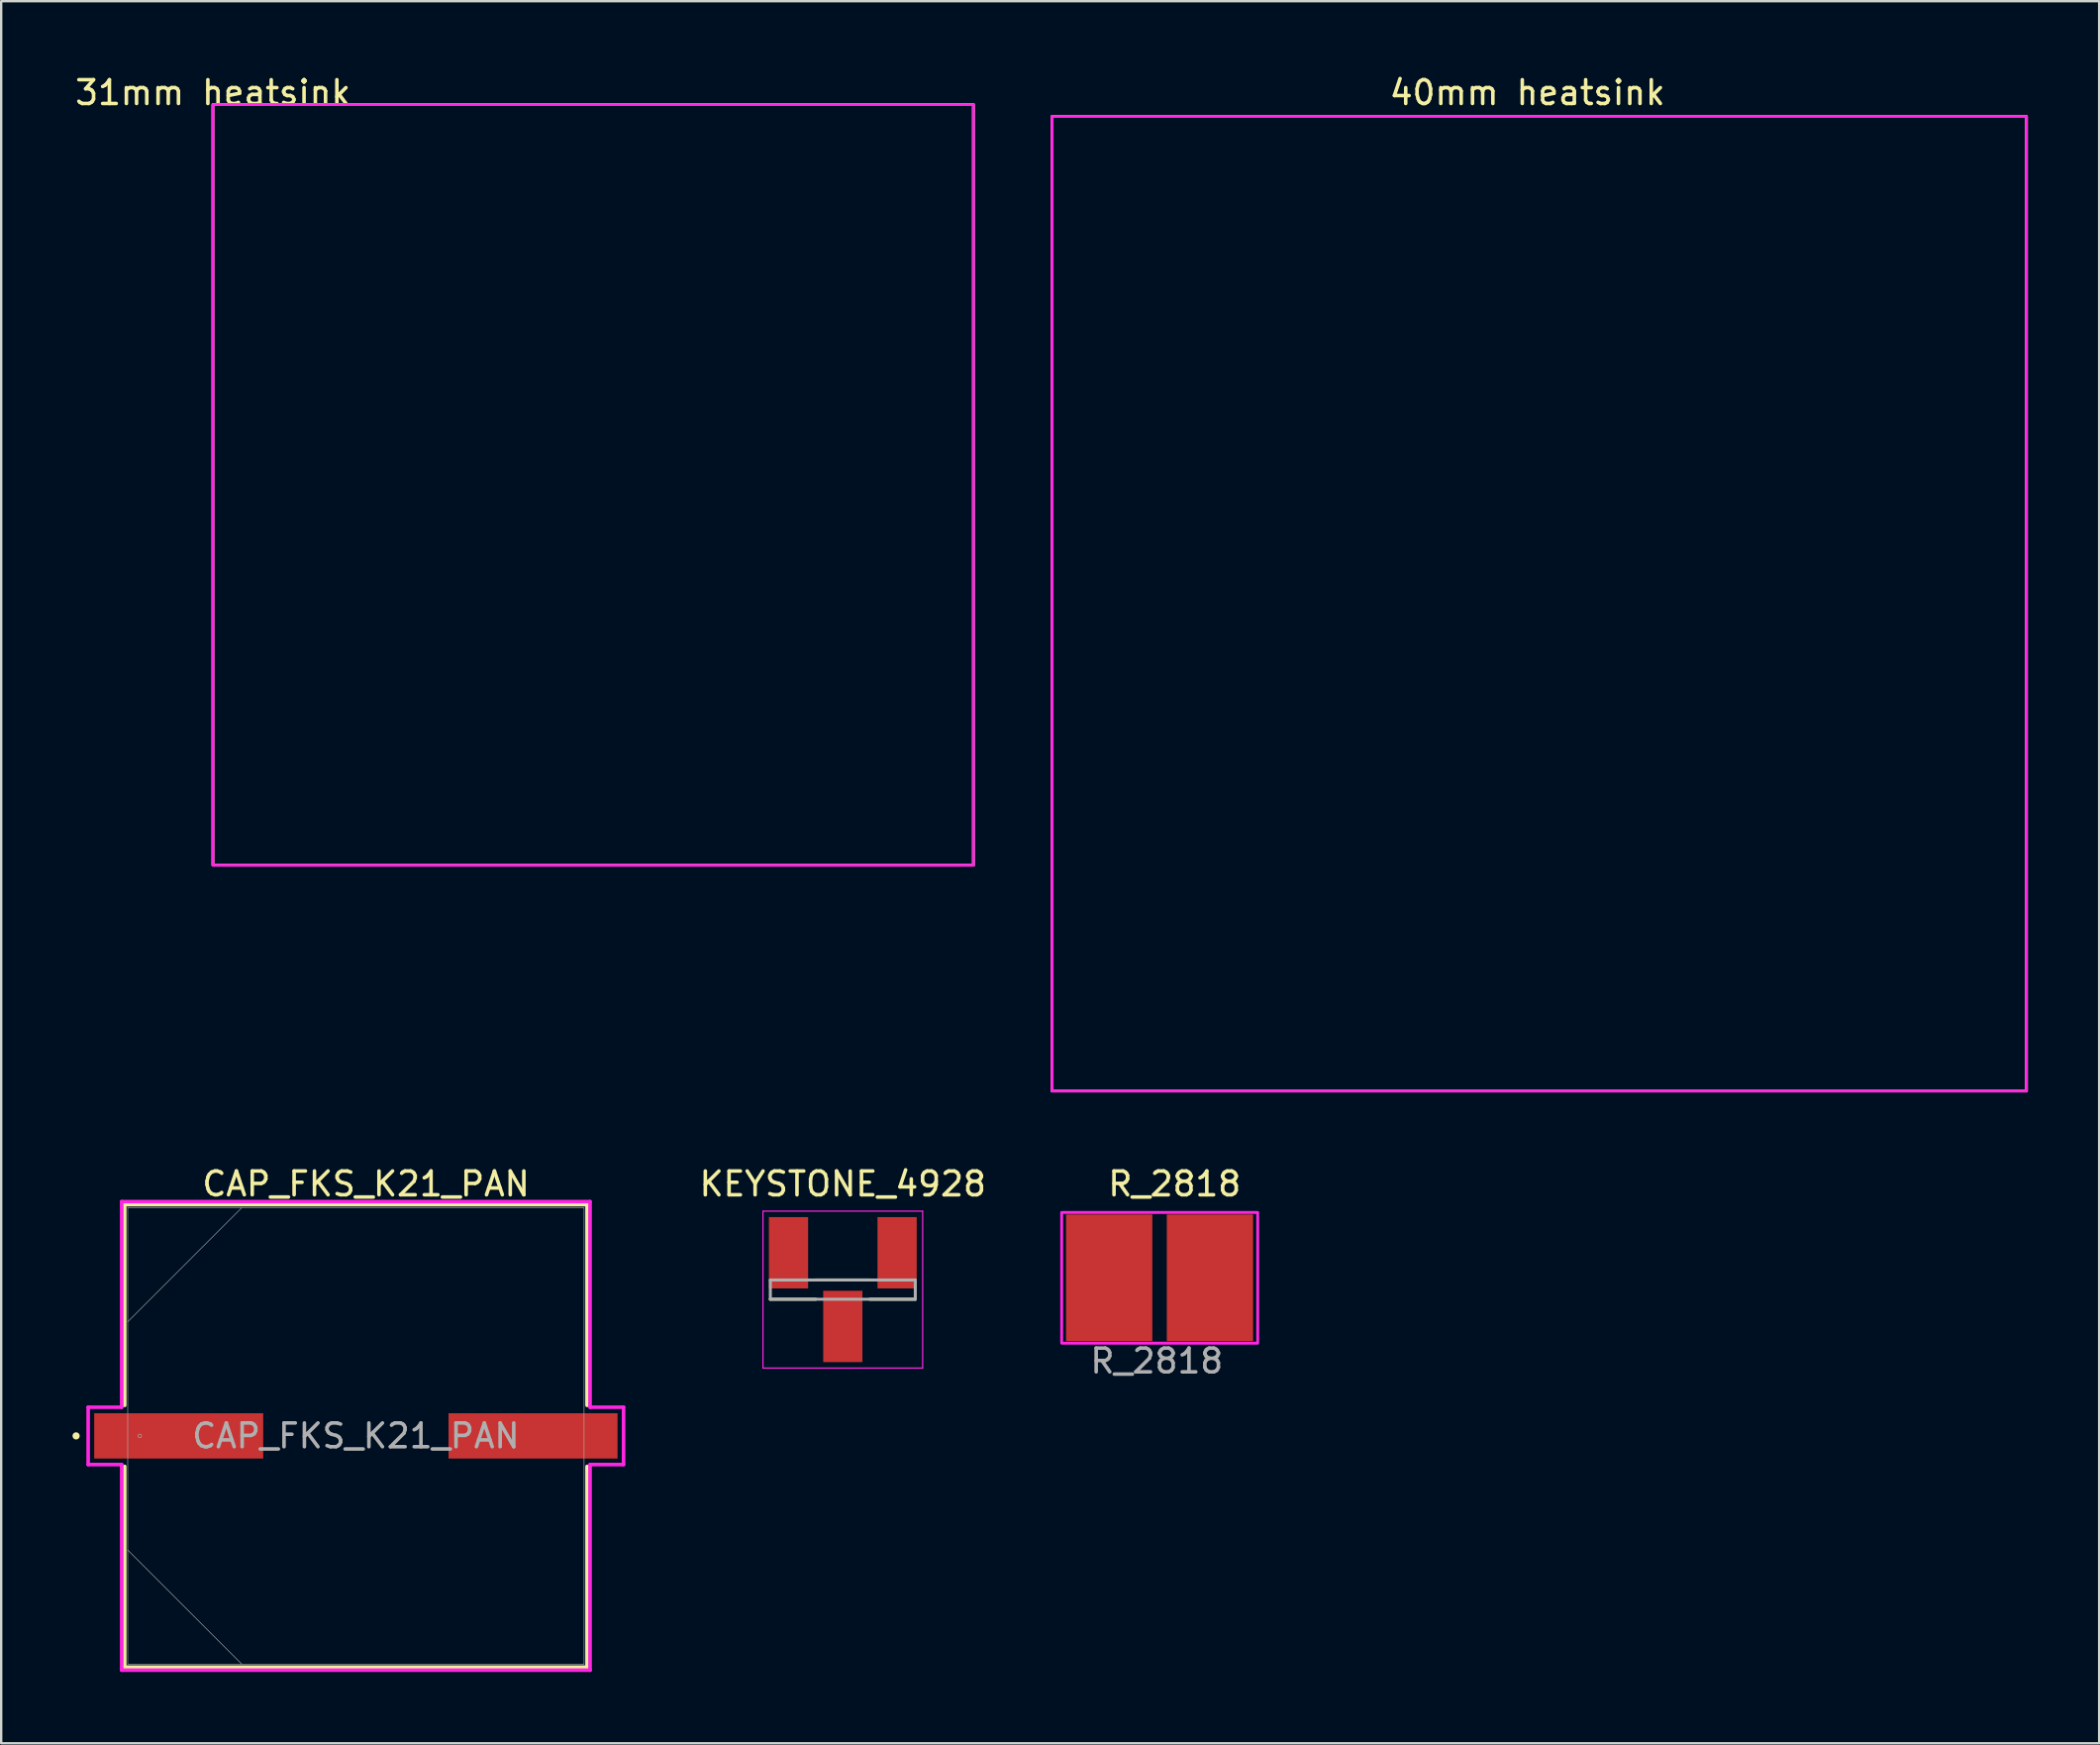
<source format=kicad_pcb>
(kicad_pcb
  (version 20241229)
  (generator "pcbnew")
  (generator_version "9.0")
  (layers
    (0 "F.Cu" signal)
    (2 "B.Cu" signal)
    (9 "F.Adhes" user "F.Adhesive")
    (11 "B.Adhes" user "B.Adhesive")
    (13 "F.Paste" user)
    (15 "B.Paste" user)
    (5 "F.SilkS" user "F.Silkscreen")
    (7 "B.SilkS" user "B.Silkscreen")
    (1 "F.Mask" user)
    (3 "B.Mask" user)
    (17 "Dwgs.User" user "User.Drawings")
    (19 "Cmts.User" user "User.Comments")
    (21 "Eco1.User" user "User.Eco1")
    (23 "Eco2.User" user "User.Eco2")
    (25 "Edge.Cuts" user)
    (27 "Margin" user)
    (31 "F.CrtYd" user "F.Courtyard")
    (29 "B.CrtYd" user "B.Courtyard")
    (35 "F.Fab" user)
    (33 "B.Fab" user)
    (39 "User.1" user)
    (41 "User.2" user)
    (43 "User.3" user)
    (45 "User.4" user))
  (footprint "KEYSTONE_4928"
    (layer "F.Cu")
    (at 32.415 51.202)
    (property "Reference" "KEYSTONE_4928" (at 0 -4.445 0) (layer "F.SilkS") (effects (font (size 1 1) (thickness 0.15))))
    (attr smd)
    (fp_line (start -1.14 -0.405) (end 1.14 -0.405) (stroke (width 0.127) (type solid)) (layer "F.SilkS"))
    (fp_line (start -1.14 0.405) (end -3.05 0.405) (stroke (width 0.127) (type solid)) (layer "F.SilkS"))
    (fp_line (start 3.05 0.405) (end 1.14 0.405) (stroke (width 0.127) (type solid)) (layer "F.SilkS"))
    (fp_line (start -3.36 -3.3) (end -3.36 3.3) (stroke (width 0.05) (type solid)) (layer "F.CrtYd"))
    (fp_line (start -3.36 3.3) (end 3.36 3.3) (stroke (width 0.05) (type solid)) (layer "F.CrtYd"))
    (fp_line (start 3.36 -3.3) (end -3.36 -3.3) (stroke (width 0.05) (type solid)) (layer "F.CrtYd"))
    (fp_line (start 3.36 3.3) (end 3.36 -3.3) (stroke (width 0.05) (type solid)) (layer "F.CrtYd"))
    (fp_line (start -3.05 -0.405) (end 3.05 -0.405) (stroke (width 0.127) (type solid)) (layer "F.Fab"))
    (fp_line (start -3.05 0.405) (end -3.05 -0.405) (stroke (width 0.127) (type solid)) (layer "F.Fab"))
    (fp_line (start 3.05 -0.405) (end 3.05 0.405) (stroke (width 0.127) (type solid)) (layer "F.Fab"))
    (fp_line (start 3.05 0.405) (end -3.05 0.405) (stroke (width 0.127) (type solid)) (layer "F.Fab"))
    (pad "1" smd rect (at -2.285 -1.55) (size 1.65 3) (layers "F.Cu" "F.Mask" "F.Paste"))
    (pad "1" smd rect (at 0 1.55) (size 1.65 3) (layers "F.Cu" "F.Mask" "F.Paste"))
    (pad "1" smd rect (at 2.285 -1.55) (size 1.65 3) (layers "F.Cu" "F.Mask" "F.Paste")))
  (footprint "40mm heatsink"
    (layer "F.Cu")
    (at 41.221 1.848)
    (property "Reference" "40mm heatsink" (at 20 -1 0) (unlocked yes) (layer "F.SilkS") (effects (font (size 1 1) (thickness 0.15))))
    (attr smd)
    (fp_rect (start 0 0) (end 41 41) (stroke (width 0.12) (type default)) (fill no) (layer "F.SilkS"))
    (fp_rect (start 0 0) (end 41 41) (stroke (width 0.12) (type default)) (fill no) (layer "F.CrtYd")))
  (footprint "31mm heatsink"
    (layer "F.Cu")
    (at 5.911 1.348)
    (property "Reference" "31mm heatsink" (at 0 -0.5 0) (unlocked yes) (layer "F.SilkS") (effects (font (size 1 1) (thickness 0.15))))
    (attr smd)
    (fp_rect (start 0 0) (end 32 32) (stroke (width 0.12) (type default)) (fill no) (layer "F.SilkS"))
    (fp_rect (start 0 0) (end 32 32) (stroke (width 0.12) (type default)) (fill no) (layer "F.CrtYd")))
  (footprint "CAP_FKS_K21_PAN"
    (layer "F.Cu")
    (at 11.925 57.356)
    (property "Reference" "CAP_FKS_K21_PAN" (at 0.425 -10.6 0) (unlocked yes) (layer "F.SilkS") (effects (font (size 1 1) (thickness 0.15))))
    (attr smd)
    (fp_line (start -9.728 -9.728) (end -9.728 -1.285) (stroke (width 0.152) (type solid)) (layer "F.SilkS"))
    (fp_line (start -9.728 1.285) (end -9.728 9.728) (stroke (width 0.152) (type solid)) (layer "F.SilkS"))
    (fp_line (start -9.728 9.728) (end 9.728 9.728) (stroke (width 0.152) (type solid)) (layer "F.SilkS"))
    (fp_line (start 9.728 -9.728) (end -9.728 -9.728) (stroke (width 0.152) (type solid)) (layer "F.SilkS"))
    (fp_line (start 9.728 -1.285) (end 9.728 -9.728) (stroke (width 0.152) (type solid)) (layer "F.SilkS"))
    (fp_line (start 9.728 9.728) (end 9.728 1.285) (stroke (width 0.152) (type solid)) (layer "F.SilkS"))
    (fp_circle (center -11.773 0) (end -11.697 0) (stroke (width 0.152) (type solid)) (fill no) (layer "F.SilkS"))
    (fp_line (start -11.265 -1.206) (end -9.855 -1.206) (stroke (width 0.152) (type solid)) (layer "F.CrtYd"))
    (fp_line (start -11.265 1.206) (end -11.265 -1.206) (stroke (width 0.152) (type solid)) (layer "F.CrtYd"))
    (fp_line (start -9.855 -9.855) (end 9.855 -9.855) (stroke (width 0.152) (type solid)) (layer "F.CrtYd"))
    (fp_line (start -9.855 -1.206) (end -9.855 -9.855) (stroke (width 0.152) (type solid)) (layer "F.CrtYd"))
    (fp_line (start -9.855 1.206) (end -11.265 1.206) (stroke (width 0.152) (type solid)) (layer "F.CrtYd"))
    (fp_line (start -9.855 9.855) (end -9.855 1.206) (stroke (width 0.152) (type solid)) (layer "F.CrtYd"))
    (fp_line (start 9.855 -9.855) (end 9.855 -1.206) (stroke (width 0.152) (type solid)) (layer "F.CrtYd"))
    (fp_line (start 9.855 -1.206) (end 11.265 -1.206) (stroke (width 0.152) (type solid)) (layer "F.CrtYd"))
    (fp_line (start 9.855 1.206) (end 9.855 9.855) (stroke (width 0.152) (type solid)) (layer "F.CrtYd"))
    (fp_line (start 9.855 9.855) (end -9.855 9.855) (stroke (width 0.152) (type solid)) (layer "F.CrtYd"))
    (fp_line (start 11.265 -1.206) (end 11.265 1.206) (stroke (width 0.152) (type solid)) (layer "F.CrtYd"))
    (fp_line (start 11.265 1.206) (end 9.855 1.206) (stroke (width 0.152) (type solid)) (layer "F.CrtYd"))
    (fp_line (start -9.601 -9.601) (end -9.601 9.601) (stroke (width 0.025) (type solid)) (layer "F.Fab"))
    (fp_line (start -9.601 -4.801) (end -4.801 -9.601) (stroke (width 0.025) (type solid)) (layer "F.Fab"))
    (fp_line (start -9.601 4.801) (end -4.801 9.601) (stroke (width 0.025) (type solid)) (layer "F.Fab"))
    (fp_line (start -9.601 9.601) (end 9.601 9.601) (stroke (width 0.025) (type solid)) (layer "F.Fab"))
    (fp_line (start 9.601 -9.601) (end -9.601 -9.601) (stroke (width 0.025) (type solid)) (layer "F.Fab"))
    (fp_line (start 9.601 9.601) (end 9.601 -9.601) (stroke (width 0.025) (type solid)) (layer "F.Fab"))
    (fp_circle (center -9.093 0) (end -9.017 0) (stroke (width 0.025) (type solid)) (fill no) (layer "F.Fab"))
    (fp_text user "${REFERENCE}" (at 0 0 0) (unlocked yes) (layer "F.Fab") (effects (font (size 1 1) (thickness 0.15))))
    (pad "1" smd rect (at -7.455 0) (size 7.112 1.905) (layers "F.Cu" "F.Mask" "F.Paste"))
    (pad "2" smd rect (at 7.455 0) (size 7.112 1.905) (layers "F.Cu" "F.Mask" "F.Paste")))
  (footprint "R_2818"
    (layer "F.Cu")
    (at 43.624 50.706)
    (property "Reference" "R_2818" (at 2.75 -3.95 0) (layer "F.SilkS") (effects (font (size 1 1) (thickness 0.15))))
    (attr smd)
    (fp_rect (start -2 -2.75) (end 6.25 2.75) (stroke (width 0.12) (type default)) (fill no) (layer "F.CrtYd"))
    (fp_text user "${REFERENCE}" (at 2 3.5 0) (layer "F.Fab") (effects (font (size 1 1) (thickness 0.15))))
    (pad "1" smd rect (at 0 0) (size 3.63 5.33) (layers "F.Cu" "F.Mask" "F.Paste"))
    (pad "2" smd rect (at 4.24 0) (size 3.63 5.33) (layers "F.Cu" "F.Mask" "F.Paste")))
  (gr_rect
    (start -3 -3)
    (end 85.281 70.288)
    (stroke (width 0.1) (type default))
    (fill no)
    (layer "Edge.Cuts")))
</source>
